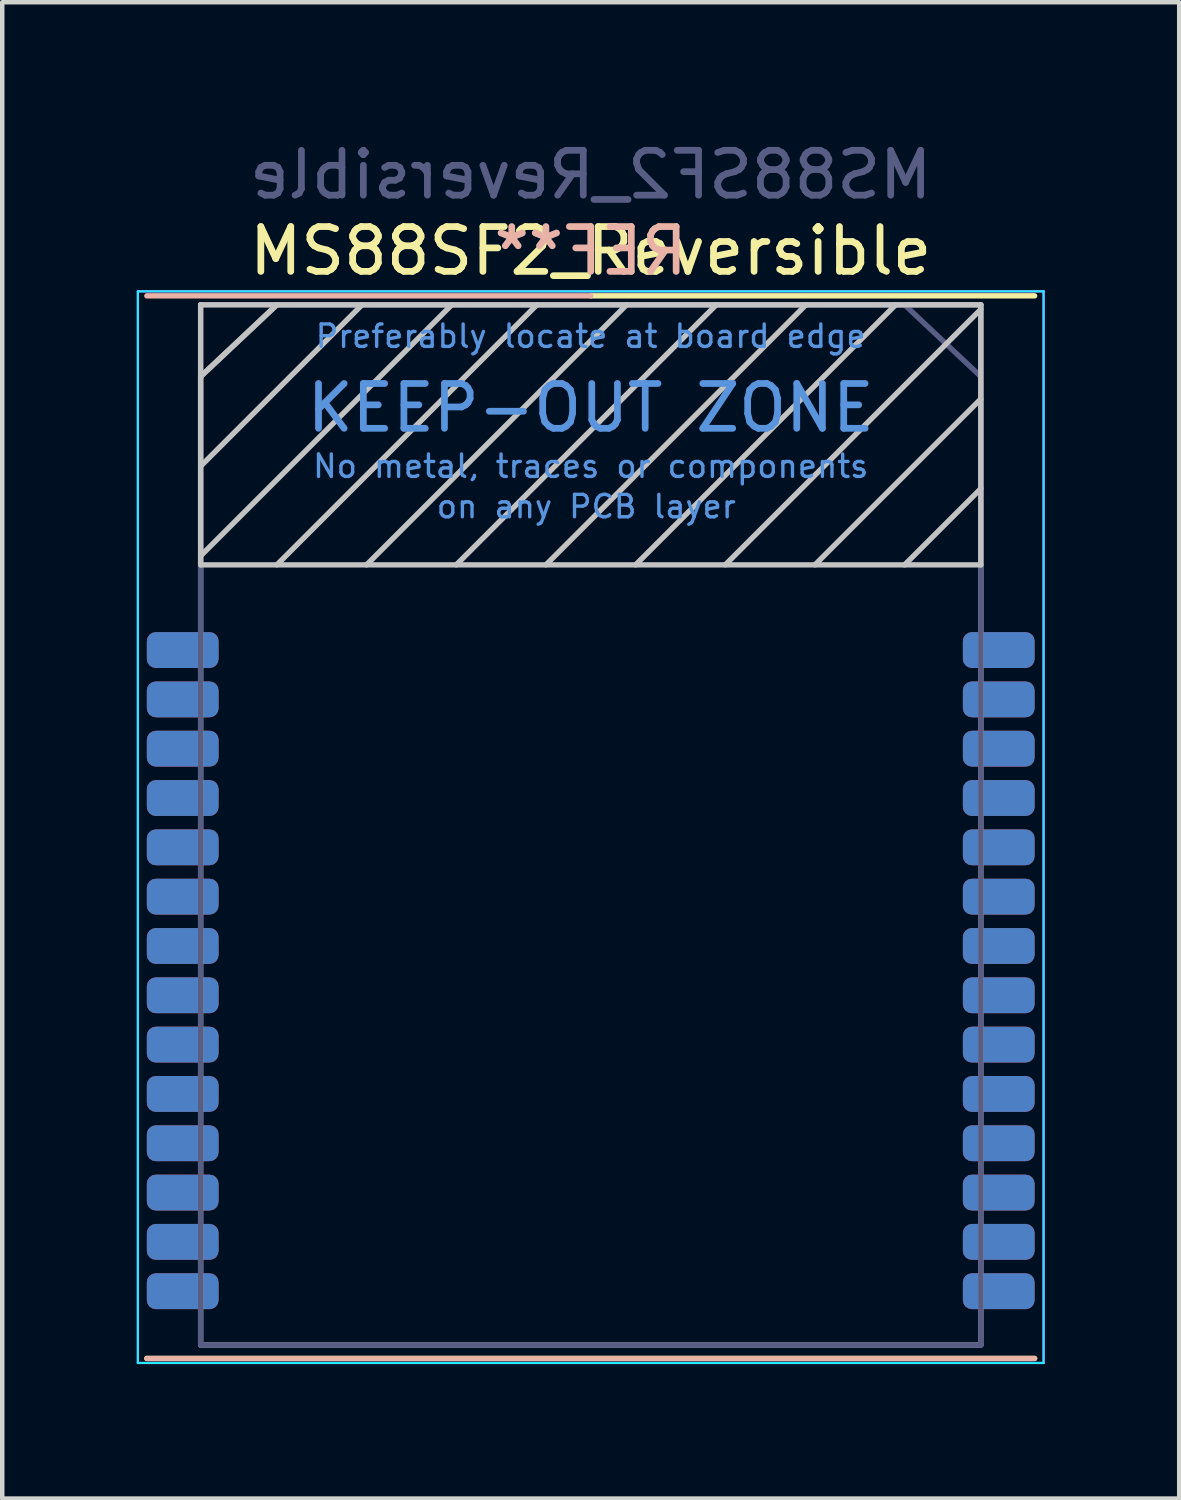
<source format=kicad_pcb>
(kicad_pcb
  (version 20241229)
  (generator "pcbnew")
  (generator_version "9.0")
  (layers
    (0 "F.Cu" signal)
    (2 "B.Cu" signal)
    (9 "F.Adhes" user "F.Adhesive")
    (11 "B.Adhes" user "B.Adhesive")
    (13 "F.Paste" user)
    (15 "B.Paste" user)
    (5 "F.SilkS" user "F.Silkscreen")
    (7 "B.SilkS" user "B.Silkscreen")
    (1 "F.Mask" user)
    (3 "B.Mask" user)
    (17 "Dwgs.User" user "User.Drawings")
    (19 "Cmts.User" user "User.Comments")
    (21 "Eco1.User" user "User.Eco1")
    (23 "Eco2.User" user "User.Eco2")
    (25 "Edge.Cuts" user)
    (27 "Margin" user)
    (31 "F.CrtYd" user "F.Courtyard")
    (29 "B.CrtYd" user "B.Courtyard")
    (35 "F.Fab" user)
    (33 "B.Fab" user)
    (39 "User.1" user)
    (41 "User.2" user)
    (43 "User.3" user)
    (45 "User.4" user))
  (footprint "MS88SF2_Reversible"
    (layer "F.Cu")
    (at 10.125 15.348)
    (property "Reference" "MS88SF2_Reversible" (at 0 -12.8 0) (layer "F.SilkS") (effects (font (size 1 1) (thickness 0.15))))
    (attr smd)
    (fp_line (start -9.9 11.9) (end 9.9 11.9) (stroke (width 0.12) (type solid)) (layer "F.SilkS"))
    (fp_line (start 0 -11.8) (end 9.9 -11.8) (stroke (width 0.12) (type solid)) (layer "F.SilkS"))
    (fp_line (start 0 -11.8) (end -9.9 -11.8) (stroke (width 0.12) (type solid)) (layer "B.SilkS"))
    (fp_line (start 9.9 11.9) (end -9.9 11.9) (stroke (width 0.12) (type solid)) (layer "B.SilkS"))
    (fp_line (start -8.7 -11.6) (end -8.7 -5.8) (stroke (width 0.12) (type solid)) (layer "Dwgs.User"))
    (fp_line (start -8.7 -10) (end -7 -11.6) (stroke (width 0.12) (type solid)) (layer "Dwgs.User"))
    (fp_line (start -8.7 -8) (end -5.1 -11.6) (stroke (width 0.12) (type solid)) (layer "Dwgs.User"))
    (fp_line (start -8.7 -6) (end -3.1 -11.6) (stroke (width 0.12) (type solid)) (layer "Dwgs.User"))
    (fp_line (start -8.7 -5.8) (end 8.7 -5.8) (stroke (width 0.12) (type solid)) (layer "Dwgs.User"))
    (fp_line (start -7 -5.8) (end -1.2 -11.6) (stroke (width 0.12) (type solid)) (layer "Dwgs.User"))
    (fp_line (start -5 -5.8) (end 0.8 -11.6) (stroke (width 0.12) (type solid)) (layer "Dwgs.User"))
    (fp_line (start -3 -5.8) (end 2.8 -11.6) (stroke (width 0.12) (type solid)) (layer "Dwgs.User"))
    (fp_line (start -1 -5.8) (end 4.8 -11.6) (stroke (width 0.12) (type solid)) (layer "Dwgs.User"))
    (fp_line (start 1 -5.8) (end 6.8 -11.6) (stroke (width 0.12) (type solid)) (layer "Dwgs.User"))
    (fp_line (start 3 -5.8) (end 8.7 -11.5) (stroke (width 0.12) (type solid)) (layer "Dwgs.User"))
    (fp_line (start 5 -5.8) (end 8.7 -9.5) (stroke (width 0.12) (type solid)) (layer "Dwgs.User"))
    (fp_line (start 7 -5.8) (end 8.7 -7.5) (stroke (width 0.12) (type solid)) (layer "Dwgs.User"))
    (fp_line (start 8.7 -11.6) (end -8.7 -11.6) (stroke (width 0.12) (type solid)) (layer "Dwgs.User"))
    (fp_line (start 8.7 -5.8) (end 8.7 -11.6) (stroke (width 0.12) (type solid)) (layer "Dwgs.User"))
    (fp_line (start -10.1 -11.9) (end 10.1 -11.9) (stroke (width 0.05) (type solid)) (layer "B.CrtYd"))
    (fp_line (start -10.1 12) (end -10.1 -11.9) (stroke (width 0.05) (type solid)) (layer "B.CrtYd"))
    (fp_line (start 10.1 -11.9) (end 10.1 12) (stroke (width 0.05) (type solid)) (layer "B.CrtYd"))
    (fp_line (start 10.1 12) (end -10.1 12) (stroke (width 0.05) (type solid)) (layer "B.CrtYd"))
    (fp_line (start -10.1 -11.9) (end -10.1 12) (stroke (width 0.05) (type solid)) (layer "F.CrtYd"))
    (fp_line (start -10.1 12) (end 10.1 12) (stroke (width 0.05) (type solid)) (layer "F.CrtYd"))
    (fp_line (start 10.1 -11.9) (end -10.1 -11.9) (stroke (width 0.05) (type solid)) (layer "F.CrtYd"))
    (fp_line (start 10.1 12) (end 10.1 -11.9) (stroke (width 0.05) (type solid)) (layer "F.CrtYd"))
    (fp_line (start -8.7 -11.6) (end 7 -11.6) (stroke (width 0.12) (type solid)) (layer "B.Fab"))
    (fp_line (start -8.7 11.6) (end -8.7 -11.6) (stroke (width 0.12) (type solid)) (layer "B.Fab"))
    (fp_line (start 8.7 -10) (end 7 -11.6) (stroke (width 0.12) (type solid)) (layer "B.Fab"))
    (fp_line (start 8.7 -10) (end 8.7 11.6) (stroke (width 0.12) (type solid)) (layer "B.Fab"))
    (fp_line (start 8.7 11.6) (end -8.7 11.6) (stroke (width 0.12) (type solid)) (layer "B.Fab"))
    (fp_line (start -8.7 -10) (end -8.7 11.6) (stroke (width 0.12) (type solid)) (layer "F.Fab"))
    (fp_line (start -8.7 -10) (end -7 -11.6) (stroke (width 0.12) (type solid)) (layer "F.Fab"))
    (fp_line (start -8.7 11.6) (end 8.7 11.6) (stroke (width 0.12) (type solid)) (layer "F.Fab"))
    (fp_line (start 8.7 -11.6) (end -7 -11.6) (stroke (width 0.12) (type solid)) (layer "F.Fab"))
    (fp_line (start 8.7 11.6) (end 8.7 -11.6) (stroke (width 0.12) (type solid)) (layer "F.Fab"))
    (fp_text user "REF**" (at 0 -12.8 180) (layer "B.SilkS") (effects (font (size 1 1) (thickness 0.15)) (justify mirror)))
    (fp_text user "KEEP-OUT ZONE" (at 0 -9.3 0) (layer "Cmts.User") (effects (font (size 1 1) (thickness 0.15))))
    (fp_text user "Preferably locate at board edge" (at 0 -10.9 0) (layer "Cmts.User") (effects (font (size 0.5 0.5) (thickness 0.075))))
    (fp_text user "No metal, traces or components" (at 0 -8 0) (layer "Cmts.User") (effects (font (size 0.5 0.5) (thickness 0.075))))
    (fp_text user "on any PCB layer" (at -0.1 -7.1 0) (layer "Cmts.User") (effects (font (size 0.5 0.5) (thickness 0.075))))
    (fp_text user "MS88SF2_Reversible" (at 0 -14.5 180) (layer "B.Fab") (effects (font (size 1 1) (thickness 0.15)) (justify mirror)))
    (pad "1" smd roundrect (at -9.1 -3.9 180) (size 1.6 0.8) (layers "F.Cu" "F.Mask" "F.Paste") (roundrect_rratio 0.25))
    (pad "1" smd roundrect (at 9.1 -3.9) (size 1.6 0.8) (layers "B.Cu" "B.Mask" "B.Paste") (roundrect_rratio 0.25))
    (pad "2" smd roundrect (at -9.1 -2.8 180) (size 1.6 0.8) (layers "F.Cu" "F.Mask" "F.Paste") (roundrect_rratio 0.25))
    (pad "2" smd roundrect (at 9.1 -2.8) (size 1.6 0.8) (layers "B.Cu" "B.Mask" "B.Paste") (roundrect_rratio 0.25))
    (pad "3" smd roundrect (at -9.1 -1.7 180) (size 1.6 0.8) (layers "F.Cu" "F.Mask" "F.Paste") (roundrect_rratio 0.25))
    (pad "3" smd roundrect (at 9.1 -1.7) (size 1.6 0.8) (layers "B.Cu" "B.Mask" "B.Paste") (roundrect_rratio 0.25))
    (pad "4" smd roundrect (at -9.1 -0.6 180) (size 1.6 0.8) (layers "F.Cu" "F.Mask" "F.Paste") (roundrect_rratio 0.25))
    (pad "4" smd roundrect (at 9.1 -0.6) (size 1.6 0.8) (layers "B.Cu" "B.Mask" "B.Paste") (roundrect_rratio 0.25))
    (pad "5" smd roundrect (at -9.1 0.5 180) (size 1.6 0.8) (layers "F.Cu" "F.Mask" "F.Paste") (roundrect_rratio 0.25))
    (pad "5" smd roundrect (at 9.1 0.5) (size 1.6 0.8) (layers "B.Cu" "B.Mask" "B.Paste") (roundrect_rratio 0.25))
    (pad "6" smd roundrect (at -9.1 1.6 180) (size 1.6 0.8) (layers "F.Cu" "F.Mask" "F.Paste") (roundrect_rratio 0.25))
    (pad "6" smd roundrect (at 9.1 1.6) (size 1.6 0.8) (layers "B.Cu" "B.Mask" "B.Paste") (roundrect_rratio 0.25))
    (pad "7" smd roundrect (at -9.1 2.7 180) (size 1.6 0.8) (layers "F.Cu" "F.Mask" "F.Paste") (roundrect_rratio 0.25))
    (pad "7" smd roundrect (at 9.1 2.7) (size 1.6 0.8) (layers "B.Cu" "B.Mask" "B.Paste") (roundrect_rratio 0.25))
    (pad "8" smd roundrect (at -9.1 3.8 180) (size 1.6 0.8) (layers "F.Cu" "F.Mask" "F.Paste") (roundrect_rratio 0.25))
    (pad "8" smd roundrect (at 9.1 3.8) (size 1.6 0.8) (layers "B.Cu" "B.Mask" "B.Paste") (roundrect_rratio 0.25))
    (pad "9" smd roundrect (at -9.1 4.9 180) (size 1.6 0.8) (layers "F.Cu" "F.Mask" "F.Paste") (roundrect_rratio 0.25))
    (pad "9" smd roundrect (at 9.1 4.9) (size 1.6 0.8) (layers "B.Cu" "B.Mask" "B.Paste") (roundrect_rratio 0.25))
    (pad "10" smd roundrect (at -9.1 6 180) (size 1.6 0.8) (layers "F.Cu" "F.Mask" "F.Paste") (roundrect_rratio 0.25))
    (pad "10" smd roundrect (at 9.1 6) (size 1.6 0.8) (layers "B.Cu" "B.Mask" "B.Paste") (roundrect_rratio 0.25))
    (pad "11" smd roundrect (at -9.1 7.1 180) (size 1.6 0.8) (layers "F.Cu" "F.Mask" "F.Paste") (roundrect_rratio 0.25))
    (pad "11" smd roundrect (at 9.1 7.1) (size 1.6 0.8) (layers "B.Cu" "B.Mask" "B.Paste") (roundrect_rratio 0.25))
    (pad "12" smd roundrect (at -9.1 8.2 180) (size 1.6 0.8) (layers "F.Cu" "F.Mask" "F.Paste") (roundrect_rratio 0.25))
    (pad "12" smd roundrect (at 9.1 8.2) (size 1.6 0.8) (layers "B.Cu" "B.Mask" "B.Paste") (roundrect_rratio 0.25))
    (pad "13" smd roundrect (at -9.1 9.3 180) (size 1.6 0.8) (layers "F.Cu" "F.Mask" "F.Paste") (roundrect_rratio 0.25))
    (pad "13" smd roundrect (at 9.1 9.3) (size 1.6 0.8) (layers "B.Cu" "B.Mask" "B.Paste") (roundrect_rratio 0.25))
    (pad "14" smd roundrect (at -9.1 10.4 180) (size 1.6 0.8) (layers "F.Cu" "F.Mask" "F.Paste") (roundrect_rratio 0.25))
    (pad "14" smd roundrect (at 9.1 10.4) (size 1.6 0.8) (layers "B.Cu" "B.Mask" "B.Paste") (roundrect_rratio 0.25))
    (pad "15" smd roundrect (at -9.1 10.4 180) (size 1.6 0.8) (layers "B.Cu" "B.Mask" "B.Paste") (roundrect_rratio 0.25))
    (pad "15" smd roundrect (at 9.1 10.4) (size 1.6 0.8) (layers "F.Cu" "F.Mask" "F.Paste") (roundrect_rratio 0.25))
    (pad "16" smd roundrect (at -9.1 9.3 180) (size 1.6 0.8) (layers "B.Cu" "B.Mask" "B.Paste") (roundrect_rratio 0.25))
    (pad "16" smd roundrect (at 9.1 9.3) (size 1.6 0.8) (layers "F.Cu" "F.Mask" "F.Paste") (roundrect_rratio 0.25))
    (pad "17" smd roundrect (at -9.1 8.2 180) (size 1.6 0.8) (layers "B.Cu" "B.Mask" "B.Paste") (roundrect_rratio 0.25))
    (pad "17" smd roundrect (at 9.1 8.2) (size 1.6 0.8) (layers "F.Cu" "F.Mask" "F.Paste") (roundrect_rratio 0.25))
    (pad "18" smd roundrect (at -9.1 7.1 180) (size 1.6 0.8) (layers "B.Cu" "B.Mask" "B.Paste") (roundrect_rratio 0.25))
    (pad "18" smd roundrect (at 9.1 7.1) (size 1.6 0.8) (layers "F.Cu" "F.Mask" "F.Paste") (roundrect_rratio 0.25))
    (pad "19" smd roundrect (at -9.1 6 180) (size 1.6 0.8) (layers "B.Cu" "B.Mask" "B.Paste") (roundrect_rratio 0.25))
    (pad "19" smd roundrect (at 9.1 6) (size 1.6 0.8) (layers "F.Cu" "F.Mask" "F.Paste") (roundrect_rratio 0.25))
    (pad "20" smd roundrect (at -9.1 4.9 180) (size 1.6 0.8) (layers "B.Cu" "B.Mask" "B.Paste") (roundrect_rratio 0.25))
    (pad "20" smd roundrect (at 9.1 4.9) (size 1.6 0.8) (layers "F.Cu" "F.Mask" "F.Paste") (roundrect_rratio 0.25))
    (pad "21" smd roundrect (at -9.1 3.8 180) (size 1.6 0.8) (layers "B.Cu" "B.Mask" "B.Paste") (roundrect_rratio 0.25))
    (pad "21" smd roundrect (at 9.1 3.8) (size 1.6 0.8) (layers "F.Cu" "F.Mask" "F.Paste") (roundrect_rratio 0.25))
    (pad "22" smd roundrect (at -9.1 2.7 180) (size 1.6 0.8) (layers "B.Cu" "B.Mask" "B.Paste") (roundrect_rratio 0.25))
    (pad "22" smd roundrect (at 9.1 2.7) (size 1.6 0.8) (layers "F.Cu" "F.Mask" "F.Paste") (roundrect_rratio 0.25))
    (pad "23" smd roundrect (at -9.1 1.6 180) (size 1.6 0.8) (layers "B.Cu" "B.Mask" "B.Paste") (roundrect_rratio 0.25))
    (pad "23" smd roundrect (at 9.1 1.6) (size 1.6 0.8) (layers "F.Cu" "F.Mask" "F.Paste") (roundrect_rratio 0.25))
    (pad "24" smd roundrect (at -9.1 0.5 180) (size 1.6 0.8) (layers "B.Cu" "B.Mask" "B.Paste") (roundrect_rratio 0.25))
    (pad "24" smd roundrect (at 9.1 0.5) (size 1.6 0.8) (layers "F.Cu" "F.Mask" "F.Paste") (roundrect_rratio 0.25))
    (pad "25" smd roundrect (at -9.1 -0.6 180) (size 1.6 0.8) (layers "B.Cu" "B.Mask" "B.Paste") (roundrect_rratio 0.25))
    (pad "25" smd roundrect (at 9.1 -0.6) (size 1.6 0.8) (layers "F.Cu" "F.Mask" "F.Paste") (roundrect_rratio 0.25))
    (pad "26" smd roundrect (at -9.1 -1.7 180) (size 1.6 0.8) (layers "B.Cu" "B.Mask" "B.Paste") (roundrect_rratio 0.25))
    (pad "26" smd roundrect (at 9.1 -1.7) (size 1.6 0.8) (layers "F.Cu" "F.Mask" "F.Paste") (roundrect_rratio 0.25))
    (pad "27" smd roundrect (at -9.1 -2.8 180) (size 1.6 0.8) (layers "B.Cu" "B.Mask" "B.Paste") (roundrect_rratio 0.25))
    (pad "27" smd roundrect (at 9.1 -2.8) (size 1.6 0.8) (layers "F.Cu" "F.Mask" "F.Paste") (roundrect_rratio 0.25))
    (pad "28" smd roundrect (at -9.1 -3.9 180) (size 1.6 0.8) (layers "B.Cu" "B.Mask" "B.Paste") (roundrect_rratio 0.25))
    (pad "28" smd roundrect (at 9.1 -3.9) (size 1.6 0.8) (layers "F.Cu" "F.Mask" "F.Paste") (roundrect_rratio 0.25)))
  (gr_rect
    (start -3 -3)
    (end 23.25 30.373)
    (stroke (width 0.1) (type default))
    (fill no)
    (layer "Edge.Cuts")))
</source>
